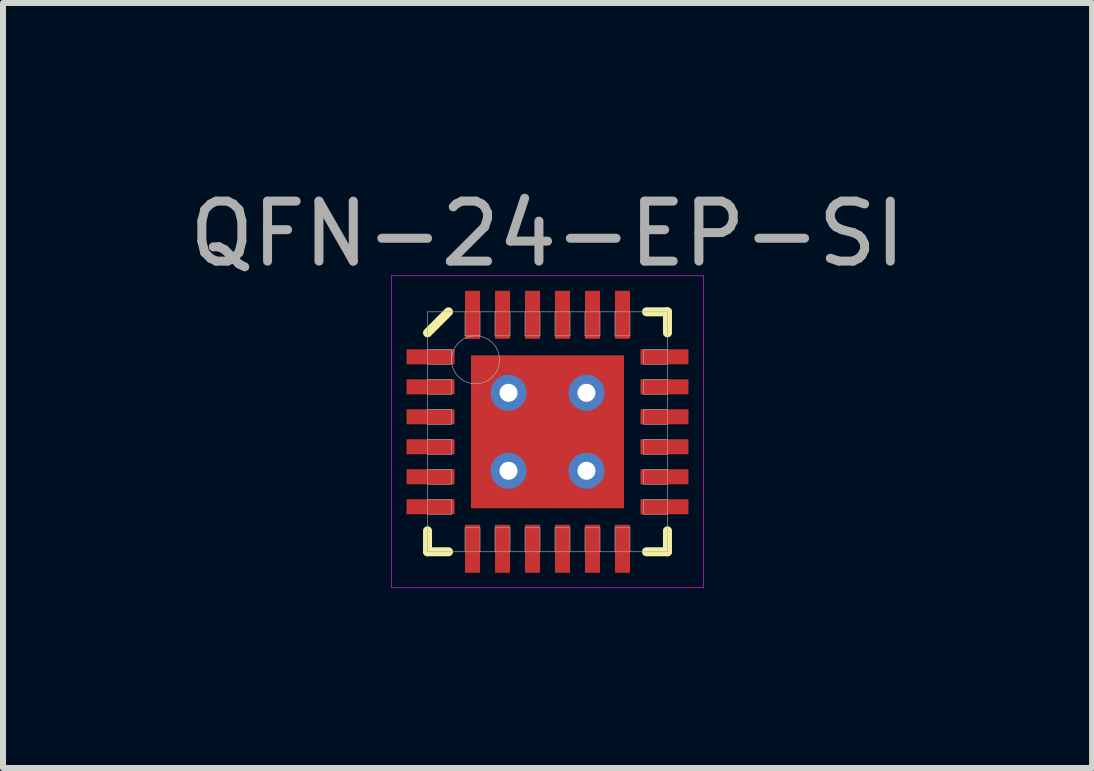
<source format=kicad_pcb>
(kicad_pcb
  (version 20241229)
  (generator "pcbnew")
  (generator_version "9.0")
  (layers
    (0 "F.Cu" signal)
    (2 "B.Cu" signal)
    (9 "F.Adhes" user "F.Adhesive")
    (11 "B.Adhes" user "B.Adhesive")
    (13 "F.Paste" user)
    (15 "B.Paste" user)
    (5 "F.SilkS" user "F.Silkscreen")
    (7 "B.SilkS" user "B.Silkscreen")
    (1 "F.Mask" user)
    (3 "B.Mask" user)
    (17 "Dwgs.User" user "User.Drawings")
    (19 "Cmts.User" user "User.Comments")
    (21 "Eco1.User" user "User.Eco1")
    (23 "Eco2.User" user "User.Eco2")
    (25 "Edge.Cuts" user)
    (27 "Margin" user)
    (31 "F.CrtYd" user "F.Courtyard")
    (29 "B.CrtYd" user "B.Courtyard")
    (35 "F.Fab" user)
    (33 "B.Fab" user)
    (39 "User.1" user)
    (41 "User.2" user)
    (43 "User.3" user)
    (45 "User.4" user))
  (footprint "QFN-24-EP-SI"
    (layer "F.Cu")
    (at 6.077 4.148)
    (property "Reference" "QFN-24-EP-SI" (at 0 -3.3 0) (layer "F.Fab") (effects (font (size 1 1) (thickness 0.15))))
    (attr through_hole)
    (fp_line (start -2 -1.65) (end -1.65 -2) (stroke (width 0.15) (type solid)) (layer "F.SilkS"))
    (fp_line (start -2 2) (end -2 1.65) (stroke (width 0.15) (type solid)) (layer "F.SilkS"))
    (fp_line (start -1.65 2) (end -2 2) (stroke (width 0.15) (type solid)) (layer "F.SilkS"))
    (fp_line (start 1.65 -2) (end 2 -2) (stroke (width 0.15) (type solid)) (layer "F.SilkS"))
    (fp_line (start 1.65 2) (end 2 2) (stroke (width 0.15) (type solid)) (layer "F.SilkS"))
    (fp_line (start 2 -2) (end 2 -1.65) (stroke (width 0.15) (type solid)) (layer "F.SilkS"))
    (fp_line (start 2 2) (end 2 1.65) (stroke (width 0.15) (type solid)) (layer "F.SilkS"))
    (fp_line (start -2.6 -2.6) (end 2.6 -2.6) (stroke (width 0.01) (type solid)) (layer "F.CrtYd"))
    (fp_line (start -2.6 2.6) (end -2.6 -2.6) (stroke (width 0.01) (type solid)) (layer "F.CrtYd"))
    (fp_line (start 2.6 -2.6) (end 2.6 2.6) (stroke (width 0.01) (type solid)) (layer "F.CrtYd"))
    (fp_line (start 2.6 2.6) (end -2.6 2.6) (stroke (width 0.01) (type solid)) (layer "F.CrtYd"))
    (fp_line (start -2 -2) (end 2 -2) (stroke (width 0.01) (type solid)) (layer "F.Fab"))
    (fp_line (start -2 -1.125) (end -1.6 -1.125) (stroke (width 0.01) (type solid)) (layer "F.Fab"))
    (fp_line (start -2 -0.625) (end -1.6 -0.625) (stroke (width 0.01) (type solid)) (layer "F.Fab"))
    (fp_line (start -2 -0.125) (end -1.6 -0.125) (stroke (width 0.01) (type solid)) (layer "F.Fab"))
    (fp_line (start -2 0.375) (end -1.6 0.375) (stroke (width 0.01) (type solid)) (layer "F.Fab"))
    (fp_line (start -2 0.875) (end -1.6 0.875) (stroke (width 0.01) (type solid)) (layer "F.Fab"))
    (fp_line (start -2 1.375) (end -1.6 1.375) (stroke (width 0.01) (type solid)) (layer "F.Fab"))
    (fp_line (start -2 2) (end -2 -2) (stroke (width 0.01) (type solid)) (layer "F.Fab"))
    (fp_line (start -1.6 -1.375) (end -2 -1.375) (stroke (width 0.01) (type solid)) (layer "F.Fab"))
    (fp_line (start -1.6 -1.125) (end -1.6 -1.375) (stroke (width 0.01) (type solid)) (layer "F.Fab"))
    (fp_line (start -1.6 -0.875) (end -2 -0.875) (stroke (width 0.01) (type solid)) (layer "F.Fab"))
    (fp_line (start -1.6 -0.625) (end -1.6 -0.875) (stroke (width 0.01) (type solid)) (layer "F.Fab"))
    (fp_line (start -1.6 -0.375) (end -2 -0.375) (stroke (width 0.01) (type solid)) (layer "F.Fab"))
    (fp_line (start -1.6 -0.125) (end -1.6 -0.375) (stroke (width 0.01) (type solid)) (layer "F.Fab"))
    (fp_line (start -1.6 0.125) (end -2 0.125) (stroke (width 0.01) (type solid)) (layer "F.Fab"))
    (fp_line (start -1.6 0.375) (end -1.6 0.125) (stroke (width 0.01) (type solid)) (layer "F.Fab"))
    (fp_line (start -1.6 0.625) (end -2 0.625) (stroke (width 0.01) (type solid)) (layer "F.Fab"))
    (fp_line (start -1.6 0.875) (end -1.6 0.625) (stroke (width 0.01) (type solid)) (layer "F.Fab"))
    (fp_line (start -1.6 1.125) (end -2 1.125) (stroke (width 0.01) (type solid)) (layer "F.Fab"))
    (fp_line (start -1.6 1.375) (end -1.6 1.125) (stroke (width 0.01) (type solid)) (layer "F.Fab"))
    (fp_line (start -1.375 -2) (end -1.375 -1.6) (stroke (width 0.01) (type solid)) (layer "F.Fab"))
    (fp_line (start -1.375 -1.6) (end -1.125 -1.6) (stroke (width 0.01) (type solid)) (layer "F.Fab"))
    (fp_line (start -1.375 1.6) (end -1.375 2) (stroke (width 0.01) (type solid)) (layer "F.Fab"))
    (fp_line (start -1.125 -1.6) (end -1.125 -2) (stroke (width 0.01) (type solid)) (layer "F.Fab"))
    (fp_line (start -1.125 1.6) (end -1.375 1.6) (stroke (width 0.01) (type solid)) (layer "F.Fab"))
    (fp_line (start -1.125 2) (end -1.125 1.6) (stroke (width 0.01) (type solid)) (layer "F.Fab"))
    (fp_line (start -0.875 -2) (end -0.875 -1.6) (stroke (width 0.01) (type solid)) (layer "F.Fab"))
    (fp_line (start -0.875 -1.6) (end -0.625 -1.6) (stroke (width 0.01) (type solid)) (layer "F.Fab"))
    (fp_line (start -0.875 1.6) (end -0.875 2) (stroke (width 0.01) (type solid)) (layer "F.Fab"))
    (fp_line (start -0.625 -1.6) (end -0.625 -2) (stroke (width 0.01) (type solid)) (layer "F.Fab"))
    (fp_line (start -0.625 1.6) (end -0.875 1.6) (stroke (width 0.01) (type solid)) (layer "F.Fab"))
    (fp_line (start -0.625 2) (end -0.625 1.6) (stroke (width 0.01) (type solid)) (layer "F.Fab"))
    (fp_line (start -0.375 -2) (end -0.375 -1.6) (stroke (width 0.01) (type solid)) (layer "F.Fab"))
    (fp_line (start -0.375 -1.6) (end -0.125 -1.6) (stroke (width 0.01) (type solid)) (layer "F.Fab"))
    (fp_line (start -0.375 1.6) (end -0.375 2) (stroke (width 0.01) (type solid)) (layer "F.Fab"))
    (fp_line (start -0.125 -1.6) (end -0.125 -2) (stroke (width 0.01) (type solid)) (layer "F.Fab"))
    (fp_line (start -0.125 1.6) (end -0.375 1.6) (stroke (width 0.01) (type solid)) (layer "F.Fab"))
    (fp_line (start -0.125 2) (end -0.125 1.6) (stroke (width 0.01) (type solid)) (layer "F.Fab"))
    (fp_line (start 0.125 -2) (end 0.125 -1.6) (stroke (width 0.01) (type solid)) (layer "F.Fab"))
    (fp_line (start 0.125 -1.6) (end 0.375 -1.6) (stroke (width 0.01) (type solid)) (layer "F.Fab"))
    (fp_line (start 0.125 1.6) (end 0.125 2) (stroke (width 0.01) (type solid)) (layer "F.Fab"))
    (fp_line (start 0.375 -1.6) (end 0.375 -2) (stroke (width 0.01) (type solid)) (layer "F.Fab"))
    (fp_line (start 0.375 1.6) (end 0.125 1.6) (stroke (width 0.01) (type solid)) (layer "F.Fab"))
    (fp_line (start 0.375 2) (end 0.375 1.6) (stroke (width 0.01) (type solid)) (layer "F.Fab"))
    (fp_line (start 0.625 -2) (end 0.625 -1.6) (stroke (width 0.01) (type solid)) (layer "F.Fab"))
    (fp_line (start 0.625 -1.6) (end 0.875 -1.6) (stroke (width 0.01) (type solid)) (layer "F.Fab"))
    (fp_line (start 0.625 1.6) (end 0.625 2) (stroke (width 0.01) (type solid)) (layer "F.Fab"))
    (fp_line (start 0.875 -1.6) (end 0.875 -2) (stroke (width 0.01) (type solid)) (layer "F.Fab"))
    (fp_line (start 0.875 1.6) (end 0.625 1.6) (stroke (width 0.01) (type solid)) (layer "F.Fab"))
    (fp_line (start 0.875 2) (end 0.875 1.6) (stroke (width 0.01) (type solid)) (layer "F.Fab"))
    (fp_line (start 1.125 -2) (end 1.125 -1.6) (stroke (width 0.01) (type solid)) (layer "F.Fab"))
    (fp_line (start 1.125 -1.6) (end 1.375 -1.6) (stroke (width 0.01) (type solid)) (layer "F.Fab"))
    (fp_line (start 1.125 1.6) (end 1.125 2) (stroke (width 0.01) (type solid)) (layer "F.Fab"))
    (fp_line (start 1.375 -1.6) (end 1.375 -2) (stroke (width 0.01) (type solid)) (layer "F.Fab"))
    (fp_line (start 1.375 1.6) (end 1.125 1.6) (stroke (width 0.01) (type solid)) (layer "F.Fab"))
    (fp_line (start 1.375 2) (end 1.375 1.6) (stroke (width 0.01) (type solid)) (layer "F.Fab"))
    (fp_line (start 1.6 -1.375) (end 1.6 -1.125) (stroke (width 0.01) (type solid)) (layer "F.Fab"))
    (fp_line (start 1.6 -1.125) (end 2 -1.125) (stroke (width 0.01) (type solid)) (layer "F.Fab"))
    (fp_line (start 1.6 -0.875) (end 1.6 -0.625) (stroke (width 0.01) (type solid)) (layer "F.Fab"))
    (fp_line (start 1.6 -0.625) (end 2 -0.625) (stroke (width 0.01) (type solid)) (layer "F.Fab"))
    (fp_line (start 1.6 -0.375) (end 1.6 -0.125) (stroke (width 0.01) (type solid)) (layer "F.Fab"))
    (fp_line (start 1.6 -0.125) (end 2 -0.125) (stroke (width 0.01) (type solid)) (layer "F.Fab"))
    (fp_line (start 1.6 0.125) (end 1.6 0.375) (stroke (width 0.01) (type solid)) (layer "F.Fab"))
    (fp_line (start 1.6 0.375) (end 2 0.375) (stroke (width 0.01) (type solid)) (layer "F.Fab"))
    (fp_line (start 1.6 0.625) (end 1.6 0.875) (stroke (width 0.01) (type solid)) (layer "F.Fab"))
    (fp_line (start 1.6 0.875) (end 2 0.875) (stroke (width 0.01) (type solid)) (layer "F.Fab"))
    (fp_line (start 1.6 1.125) (end 1.6 1.375) (stroke (width 0.01) (type solid)) (layer "F.Fab"))
    (fp_line (start 1.6 1.375) (end 2 1.375) (stroke (width 0.01) (type solid)) (layer "F.Fab"))
    (fp_line (start 2 -2) (end 2 2) (stroke (width 0.01) (type solid)) (layer "F.Fab"))
    (fp_line (start 2 -1.375) (end 1.6 -1.375) (stroke (width 0.01) (type solid)) (layer "F.Fab"))
    (fp_line (start 2 -0.875) (end 1.6 -0.875) (stroke (width 0.01) (type solid)) (layer "F.Fab"))
    (fp_line (start 2 -0.375) (end 1.6 -0.375) (stroke (width 0.01) (type solid)) (layer "F.Fab"))
    (fp_line (start 2 0.125) (end 1.6 0.125) (stroke (width 0.01) (type solid)) (layer "F.Fab"))
    (fp_line (start 2 0.625) (end 1.6 0.625) (stroke (width 0.01) (type solid)) (layer "F.Fab"))
    (fp_line (start 2 1.125) (end 1.6 1.125) (stroke (width 0.01) (type solid)) (layer "F.Fab"))
    (fp_line (start 2 2) (end -2 2) (stroke (width 0.01) (type solid)) (layer "F.Fab"))
    (fp_circle (center -1.2 -1.2) (end -1.2 -0.8) (stroke (width 0.01) (type solid)) (fill no) (layer "F.Fab"))
    (pad "" smd rect (at -0.625 -0.625) (size 1 1) (layers "F.Paste"))
    (pad "" smd rect (at -0.625 0.625) (size 1 1) (layers "F.Paste"))
    (pad "" smd rect (at 0.625 -0.625) (size 1 1) (layers "F.Paste"))
    (pad "" smd rect (at 0.625 0.625) (size 1 1) (layers "F.Paste"))
    (pad "1" smd rect (at -1.95 -1.25) (size 0.8 0.25) (layers "F.Cu" "F.Mask" "F.Paste"))
    (pad "2" smd rect (at -1.95 -0.75) (size 0.8 0.25) (layers "F.Cu" "F.Mask" "F.Paste"))
    (pad "3" smd rect (at -1.95 -0.25) (size 0.8 0.25) (layers "F.Cu" "F.Mask" "F.Paste"))
    (pad "4" smd rect (at -1.95 0.25) (size 0.8 0.25) (layers "F.Cu" "F.Mask" "F.Paste"))
    (pad "5" smd rect (at -1.95 0.75) (size 0.8 0.25) (layers "F.Cu" "F.Mask" "F.Paste"))
    (pad "6" smd rect (at -1.95 1.25) (size 0.8 0.25) (layers "F.Cu" "F.Mask" "F.Paste"))
    (pad "7" smd rect (at -1.25 1.95) (size 0.25 0.8) (layers "F.Cu" "F.Mask" "F.Paste"))
    (pad "8" smd rect (at -0.75 1.95) (size 0.25 0.8) (layers "F.Cu" "F.Mask" "F.Paste"))
    (pad "9" smd rect (at -0.25 1.95) (size 0.25 0.8) (layers "F.Cu" "F.Mask" "F.Paste"))
    (pad "10" smd rect (at 0.25 1.95) (size 0.25 0.8) (layers "F.Cu" "F.Mask" "F.Paste"))
    (pad "11" smd rect (at 0.75 1.95) (size 0.25 0.8) (layers "F.Cu" "F.Mask" "F.Paste"))
    (pad "12" smd rect (at 1.25 1.95) (size 0.25 0.8) (layers "F.Cu" "F.Mask" "F.Paste"))
    (pad "13" smd rect (at 1.95 1.25) (size 0.8 0.25) (layers "F.Cu" "F.Mask" "F.Paste"))
    (pad "14" smd rect (at 1.95 0.75) (size 0.8 0.25) (layers "F.Cu" "F.Mask" "F.Paste"))
    (pad "15" smd rect (at 1.95 0.25) (size 0.8 0.25) (layers "F.Cu" "F.Mask" "F.Paste"))
    (pad "16" smd rect (at 1.95 -0.25) (size 0.8 0.25) (layers "F.Cu" "F.Mask" "F.Paste"))
    (pad "17" smd rect (at 1.95 -0.75) (size 0.8 0.25) (layers "F.Cu" "F.Mask" "F.Paste"))
    (pad "18" smd rect (at 1.95 -1.25) (size 0.8 0.25) (layers "F.Cu" "F.Mask" "F.Paste"))
    (pad "19" smd rect (at 1.25 -1.95) (size 0.25 0.8) (layers "F.Cu" "F.Mask" "F.Paste"))
    (pad "20" smd rect (at 0.75 -1.95) (size 0.25 0.8) (layers "F.Cu" "F.Mask" "F.Paste"))
    (pad "21" smd rect (at 0.25 -1.95) (size 0.25 0.8) (layers "F.Cu" "F.Mask" "F.Paste"))
    (pad "22" smd rect (at -0.25 -1.95) (size 0.25 0.8) (layers "F.Cu" "F.Mask" "F.Paste"))
    (pad "23" smd rect (at -0.75 -1.95) (size 0.25 0.8) (layers "F.Cu" "F.Mask" "F.Paste"))
    (pad "24" smd rect (at -1.25 -1.95) (size 0.25 0.8) (layers "F.Cu" "F.Mask" "F.Paste"))
    (pad "EP" thru_hole circle (at -0.65 -0.65) (size 0.6 0.6) (drill 0.3) (layers "*.Cu"))
    (pad "EP" thru_hole circle (at -0.65 0.65) (size 0.6 0.6) (drill 0.3) (layers "*.Cu"))
    (pad "EP" smd rect (at 0 0) (size 2.55 2.55) (layers "F.Cu" "F.Mask"))
    (pad "EP" thru_hole circle (at 0.65 -0.65) (size 0.6 0.6) (drill 0.3) (layers "*.Cu"))
    (pad "EP" thru_hole circle (at 0.65 0.65) (size 0.6 0.6) (drill 0.3) (layers "*.Cu")))
  (gr_rect
    (start -3 -3)
    (end 15.155 9.753)
    (stroke (width 0.1) (type default))
    (fill no)
    (layer "Edge.Cuts")))
</source>
